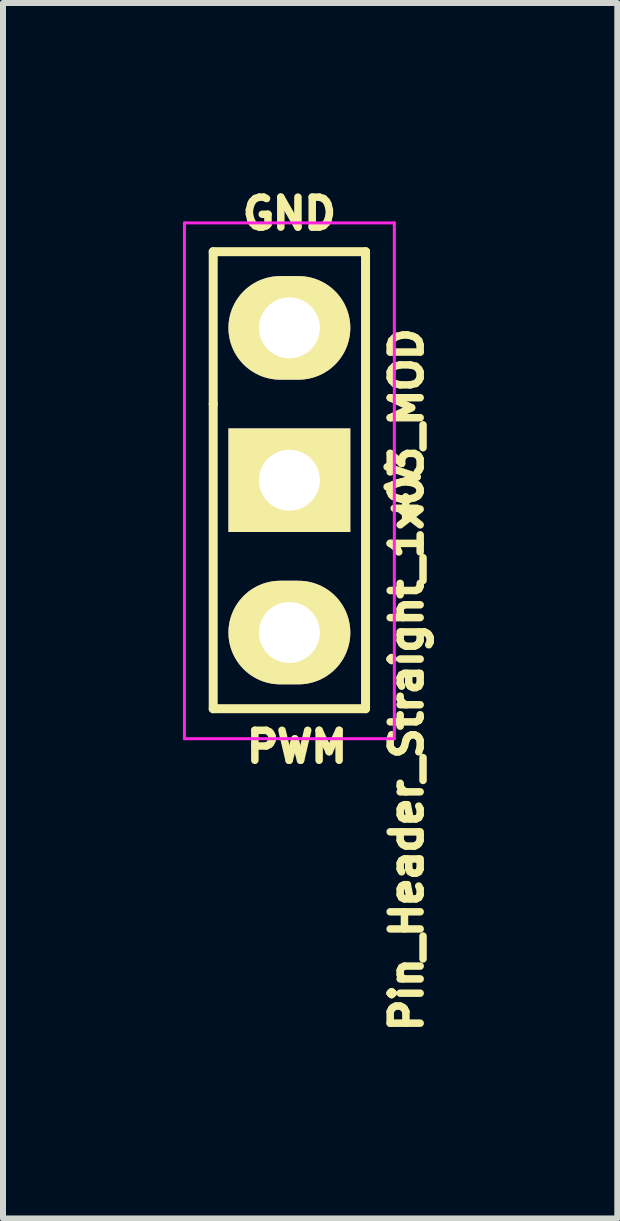
<source format=kicad_pcb>
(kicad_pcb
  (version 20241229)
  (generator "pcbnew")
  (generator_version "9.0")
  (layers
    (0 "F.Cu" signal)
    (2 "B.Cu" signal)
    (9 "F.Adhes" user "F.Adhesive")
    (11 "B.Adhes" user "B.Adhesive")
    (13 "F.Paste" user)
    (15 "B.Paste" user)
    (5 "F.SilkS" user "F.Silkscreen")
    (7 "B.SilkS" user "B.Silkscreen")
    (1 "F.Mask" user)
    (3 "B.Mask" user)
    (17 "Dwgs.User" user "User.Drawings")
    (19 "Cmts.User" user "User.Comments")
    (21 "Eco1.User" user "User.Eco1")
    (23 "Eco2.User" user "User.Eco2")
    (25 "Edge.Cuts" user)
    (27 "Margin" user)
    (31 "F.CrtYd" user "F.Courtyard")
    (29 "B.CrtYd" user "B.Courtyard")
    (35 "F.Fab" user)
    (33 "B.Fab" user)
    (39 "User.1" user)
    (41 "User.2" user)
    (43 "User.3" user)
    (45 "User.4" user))
  (footprint "Pin_Header_Straight_1x03_MOD"
    (layer "F.Cu")
    (at 1.775 2.417)
    (property "Reference" "Pin_Header_Straight_1x03_MOD" (at 1.956 5.867 90) (layer "F.SilkS") (effects (font (size 0.5 0.5) (thickness 0.125))))
    (attr through_hole)
    (fp_line (start -1.27 1.27) (end -1.27 -1.27) (stroke (width 0.15) (type solid)) (layer "F.SilkS"))
    (fp_line (start -1.27 1.27) (end -1.27 6.35) (stroke (width 0.15) (type solid)) (layer "F.SilkS"))
    (fp_line (start -1.27 6.35) (end 1.27 6.35) (stroke (width 0.15) (type solid)) (layer "F.SilkS"))
    (fp_line (start 1.27 -1.27) (end -1.27 -1.27) (stroke (width 0.15) (type solid)) (layer "F.SilkS"))
    (fp_line (start 1.27 -1.27) (end 1.27 1.27) (stroke (width 0.15) (type solid)) (layer "F.SilkS"))
    (fp_line (start 1.27 6.35) (end 1.27 1.27) (stroke (width 0.15) (type solid)) (layer "F.SilkS"))
    (fp_line (start -1.75 -1.75) (end -1.75 6.85) (stroke (width 0.05) (type solid)) (layer "F.CrtYd"))
    (fp_line (start -1.75 -1.75) (end 1.75 -1.75) (stroke (width 0.05) (type solid)) (layer "F.CrtYd"))
    (fp_line (start -1.75 6.85) (end 1.75 6.85) (stroke (width 0.05) (type solid)) (layer "F.CrtYd"))
    (fp_line (start 1.75 -1.75) (end 1.75 6.85) (stroke (width 0.05) (type solid)) (layer "F.CrtYd"))
    (fp_text user "PWM" (at 0.127 6.985 180) (layer "F.SilkS") (effects (font (size 0.5 0.5) (thickness 0.125))))
    (fp_text user "GND" (at 0 -1.905 180) (layer "F.SilkS") (effects (font (size 0.5 0.5) (thickness 0.125))))
    (fp_text user "+V" (at 1.905 2.794 90) (layer "F.SilkS") (effects (font (size 0.5 0.5) (thickness 0.125))))
    (pad "1" thru_hole oval (at 0 0) (size 2.032 1.727) (drill 1.016) (layers "*.Cu" "*.Mask" "F.SilkS"))
    (pad "2" thru_hole rect (at 0 2.54) (size 2.032 1.727) (drill 1.016) (layers "*.Cu" "*.Mask" "F.SilkS"))
    (pad "3" thru_hole oval (at 0 5.08) (size 2.032 1.727) (drill 1.016) (layers "*.Cu" "*.Mask" "F.SilkS")))
  (gr_rect
    (start -3 -3)
    (end 7.243 17.267)
    (stroke (width 0.1) (type default))
    (fill no)
    (layer "Edge.Cuts")))
</source>
